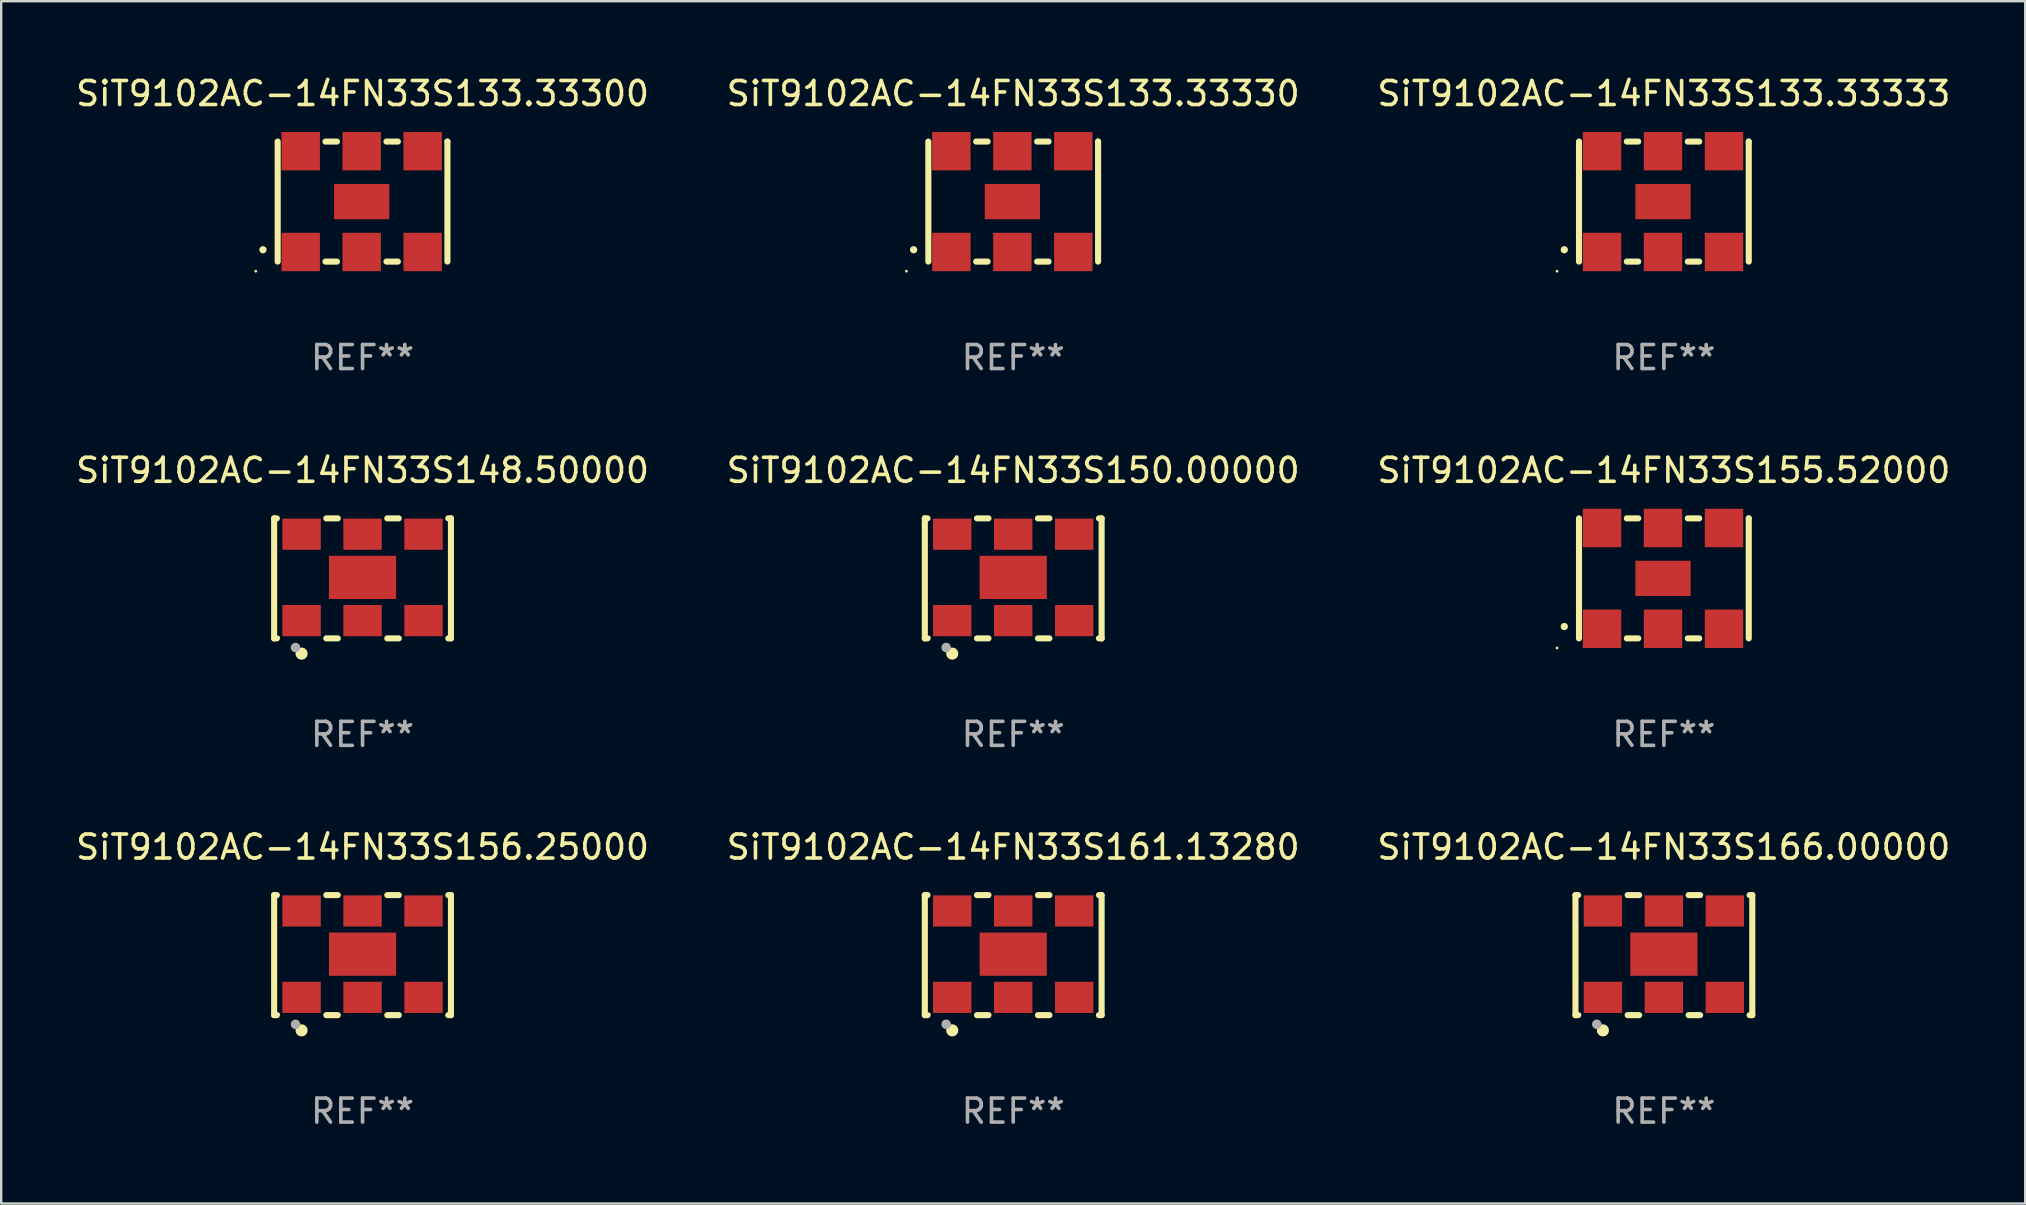
<source format=kicad_pcb>
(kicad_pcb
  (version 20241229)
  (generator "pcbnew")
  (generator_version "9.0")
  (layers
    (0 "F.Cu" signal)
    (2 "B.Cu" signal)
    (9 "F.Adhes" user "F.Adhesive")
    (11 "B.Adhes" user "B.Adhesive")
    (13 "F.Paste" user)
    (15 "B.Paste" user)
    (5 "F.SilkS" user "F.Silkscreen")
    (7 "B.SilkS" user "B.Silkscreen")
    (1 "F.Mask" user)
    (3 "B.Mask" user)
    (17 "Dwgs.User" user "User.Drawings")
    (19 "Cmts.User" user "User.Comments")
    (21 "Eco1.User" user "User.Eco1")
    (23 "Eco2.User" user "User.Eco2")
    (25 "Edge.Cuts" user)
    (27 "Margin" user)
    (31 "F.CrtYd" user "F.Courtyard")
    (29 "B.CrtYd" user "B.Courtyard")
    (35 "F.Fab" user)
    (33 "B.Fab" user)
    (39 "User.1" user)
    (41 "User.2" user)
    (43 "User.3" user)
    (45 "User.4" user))
  (footprint "SiT9102AC-14FN33S155.52000"
    (layer "F.Cu")
    (at 66.268 21.045)
    (property "Reference" "SiT9102AC-14FN33S155.52000" (at 0 -4.5 0) (layer "F.SilkS") (effects (font (size 1 1) (thickness 0.15))))
    (attr through_hole)
    (fp_line (start -3.536 -2.5) (end -3.536 2.5) (stroke (width 0.254) (type solid)) (layer "F.SilkS"))
    (fp_line (start -1.544 2.5) (end -1.067 2.5) (stroke (width 0.254) (type solid)) (layer "F.SilkS"))
    (fp_line (start -1.067 -2.5) (end -1.544 -2.5) (stroke (width 0.254) (type solid)) (layer "F.SilkS"))
    (fp_line (start 0.996 2.5) (end 1.473 2.5) (stroke (width 0.254) (type solid)) (layer "F.SilkS"))
    (fp_line (start 1.473 -2.5) (end 0.996 -2.5) (stroke (width 0.254) (type solid)) (layer "F.SilkS"))
    (fp_line (start 3.536 -2.5) (end 3.536 -2.5) (stroke (width 0.254) (type solid)) (layer "F.SilkS"))
    (fp_line (start 3.536 2.5) (end 3.536 -2.5) (stroke (width 0.254) (type solid)) (layer "F.SilkS"))
    (fp_arc (start -4.150432 2.006604) (mid -4.149162 2.006599) (end -4.147892 2.006604) (stroke (width 0.3) (type solid)) (layer "F.SilkS"))
    (fp_circle (center -4.449 2.9) (end -4.419 2.9) (stroke (width 0.06) (type solid)) (fill no) (layer "F.SilkS"))
    (fp_text user "REF**" (at 0 6.5 0) (layer "F.Fab") (effects (font (size 1 1) (thickness 0.15))))
    (pad "1" smd rect (at -2.576 2.1) (size 1.6 1.6) (layers "F.Cu" "F.Mask" "F.Paste"))
    (pad "2" smd rect (at -0.036 2.1) (size 1.6 1.6) (layers "F.Cu" "F.Mask" "F.Paste"))
    (pad "3" smd rect (at 2.504 2.1) (size 1.6 1.6) (layers "F.Cu" "F.Mask" "F.Paste"))
    (pad "4" smd rect (at 2.504 -2.1) (size 1.6 1.6) (layers "F.Cu" "F.Mask" "F.Paste"))
    (pad "5" smd rect (at -0.036 -2.1) (size 1.6 1.6) (layers "F.Cu" "F.Mask" "F.Paste"))
    (pad "6" smd rect (at -2.576 -2.1) (size 1.6 1.6) (layers "F.Cu" "F.Mask" "F.Paste"))
    (pad "7" smd rect (at -0.036 0) (size 2.3 1.47) (layers "F.Cu" "F.Mask" "F.Paste")))
  (footprint "SiT9102AC-14FN33S156.25000"
    (layer "F.Cu")
    (at 12.054 36.741)
    (property "Reference" "SiT9102AC-14FN33S156.25000" (at 0 -4.5 0) (layer "F.SilkS") (effects (font (size 1 1) (thickness 0.15))))
    (attr through_hole)
    (fp_line (start -3.683 -2.5) (end -3.571 -2.5) (stroke (width 0.254) (type solid)) (layer "F.SilkS"))
    (fp_line (start -3.683 2.5) (end -3.683 -2.5) (stroke (width 0.254) (type solid)) (layer "F.SilkS"))
    (fp_line (start -3.683 2.5) (end -3.571 2.5) (stroke (width 0.254) (type solid)) (layer "F.SilkS"))
    (fp_line (start -1.509 -2.5) (end -1.031 -2.5) (stroke (width 0.254) (type solid)) (layer "F.SilkS"))
    (fp_line (start -1.509 2.5) (end -1.031 2.5) (stroke (width 0.254) (type solid)) (layer "F.SilkS"))
    (fp_line (start 1.031 -2.5) (end 1.509 -2.5) (stroke (width 0.254) (type solid)) (layer "F.SilkS"))
    (fp_line (start 1.031 2.5) (end 1.509 2.5) (stroke (width 0.254) (type solid)) (layer "F.SilkS"))
    (fp_line (start 3.571 -2.5) (end 3.683 -2.5) (stroke (width 0.254) (type solid)) (layer "F.SilkS"))
    (fp_line (start 3.571 2.5) (end 3.683 2.5) (stroke (width 0.254) (type solid)) (layer "F.SilkS"))
    (fp_line (start 3.683 2.5) (end 3.683 -2.5) (stroke (width 0.254) (type solid)) (layer "F.SilkS"))
    (fp_circle (center -3.5 2.46) (end -3.47 2.46) (stroke (width 0.06) (type solid)) (fill no) (layer "F.SilkS"))
    (fp_circle (center -2.54 3.135) (end -2.413 3.135) (stroke (width 0.254) (type solid)) (fill no) (layer "F.SilkS"))
    (fp_circle (center -2.794 2.881) (end -2.694 2.881) (stroke (width 0.2) (type solid)) (fill no) (layer "F.Fab"))
    (fp_text user "REF**" (at 0 6.5 0) (layer "F.Fab") (effects (font (size 1 1) (thickness 0.15))))
    (pad "1" smd rect (at -2.54 1.76) (size 1.6 1.3) (layers "F.Cu" "F.Mask" "F.Paste"))
    (pad "2" smd rect (at 0 1.76) (size 1.6 1.3) (layers "F.Cu" "F.Mask" "F.Paste"))
    (pad "3" smd rect (at 2.54 1.76) (size 1.6 1.3) (layers "F.Cu" "F.Mask" "F.Paste"))
    (pad "4" smd rect (at 2.54 -1.84) (size 1.6 1.3) (layers "F.Cu" "F.Mask" "F.Paste"))
    (pad "5" smd rect (at 0 -1.84) (size 1.6 1.3) (layers "F.Cu" "F.Mask" "F.Paste"))
    (pad "6" smd rect (at -2.54 -1.84) (size 1.6 1.3) (layers "F.Cu" "F.Mask" "F.Paste"))
    (pad "7" smd rect (at 0 -0.04) (size 2.8 1.8) (layers "F.Cu" "F.Mask" "F.Paste")))
  (footprint "SiT9102AC-14FN33S148.50000"
    (layer "F.Cu")
    (at 12.054 21.045)
    (property "Reference" "SiT9102AC-14FN33S148.50000" (at 0 -4.5 0) (layer "F.SilkS") (effects (font (size 1 1) (thickness 0.15))))
    (attr through_hole)
    (fp_line (start -3.683 -2.5) (end -3.571 -2.5) (stroke (width 0.254) (type solid)) (layer "F.SilkS"))
    (fp_line (start -3.683 2.5) (end -3.683 -2.5) (stroke (width 0.254) (type solid)) (layer "F.SilkS"))
    (fp_line (start -3.683 2.5) (end -3.571 2.5) (stroke (width 0.254) (type solid)) (layer "F.SilkS"))
    (fp_line (start -1.509 -2.5) (end -1.031 -2.5) (stroke (width 0.254) (type solid)) (layer "F.SilkS"))
    (fp_line (start -1.509 2.5) (end -1.031 2.5) (stroke (width 0.254) (type solid)) (layer "F.SilkS"))
    (fp_line (start 1.031 -2.5) (end 1.509 -2.5) (stroke (width 0.254) (type solid)) (layer "F.SilkS"))
    (fp_line (start 1.031 2.5) (end 1.509 2.5) (stroke (width 0.254) (type solid)) (layer "F.SilkS"))
    (fp_line (start 3.571 -2.5) (end 3.683 -2.5) (stroke (width 0.254) (type solid)) (layer "F.SilkS"))
    (fp_line (start 3.571 2.5) (end 3.683 2.5) (stroke (width 0.254) (type solid)) (layer "F.SilkS"))
    (fp_line (start 3.683 2.5) (end 3.683 -2.5) (stroke (width 0.254) (type solid)) (layer "F.SilkS"))
    (fp_circle (center -3.5 2.46) (end -3.47 2.46) (stroke (width 0.06) (type solid)) (fill no) (layer "F.SilkS"))
    (fp_circle (center -2.54 3.135) (end -2.413 3.135) (stroke (width 0.254) (type solid)) (fill no) (layer "F.SilkS"))
    (fp_circle (center -2.794 2.881) (end -2.694 2.881) (stroke (width 0.2) (type solid)) (fill no) (layer "F.Fab"))
    (fp_text user "REF**" (at 0 6.5 0) (layer "F.Fab") (effects (font (size 1 1) (thickness 0.15))))
    (pad "1" smd rect (at -2.54 1.76) (size 1.6 1.3) (layers "F.Cu" "F.Mask" "F.Paste"))
    (pad "2" smd rect (at 0 1.76) (size 1.6 1.3) (layers "F.Cu" "F.Mask" "F.Paste"))
    (pad "3" smd rect (at 2.54 1.76) (size 1.6 1.3) (layers "F.Cu" "F.Mask" "F.Paste"))
    (pad "4" smd rect (at 2.54 -1.84) (size 1.6 1.3) (layers "F.Cu" "F.Mask" "F.Paste"))
    (pad "5" smd rect (at 0 -1.84) (size 1.6 1.3) (layers "F.Cu" "F.Mask" "F.Paste"))
    (pad "6" smd rect (at -2.54 -1.84) (size 1.6 1.3) (layers "F.Cu" "F.Mask" "F.Paste"))
    (pad "7" smd rect (at 0 -0.04) (size 2.8 1.8) (layers "F.Cu" "F.Mask" "F.Paste")))
  (footprint "SiT9102AC-14FN33S133.33333"
    (layer "F.Cu")
    (at 66.268 5.348)
    (property "Reference" "SiT9102AC-14FN33S133.33333" (at 0 -4.5 0) (layer "F.SilkS") (effects (font (size 1 1) (thickness 0.15))))
    (attr through_hole)
    (fp_line (start -3.536 -2.5) (end -3.536 2.5) (stroke (width 0.254) (type solid)) (layer "F.SilkS"))
    (fp_line (start -1.544 2.5) (end -1.067 2.5) (stroke (width 0.254) (type solid)) (layer "F.SilkS"))
    (fp_line (start -1.067 -2.5) (end -1.544 -2.5) (stroke (width 0.254) (type solid)) (layer "F.SilkS"))
    (fp_line (start 0.996 2.5) (end 1.473 2.5) (stroke (width 0.254) (type solid)) (layer "F.SilkS"))
    (fp_line (start 1.473 -2.5) (end 0.996 -2.5) (stroke (width 0.254) (type solid)) (layer "F.SilkS"))
    (fp_line (start 3.536 -2.5) (end 3.536 -2.5) (stroke (width 0.254) (type solid)) (layer "F.SilkS"))
    (fp_line (start 3.536 2.5) (end 3.536 -2.5) (stroke (width 0.254) (type solid)) (layer "F.SilkS"))
    (fp_arc (start -4.150432 2.006604) (mid -4.149162 2.006599) (end -4.147892 2.006604) (stroke (width 0.3) (type solid)) (layer "F.SilkS"))
    (fp_circle (center -4.449 2.9) (end -4.419 2.9) (stroke (width 0.06) (type solid)) (fill no) (layer "F.SilkS"))
    (fp_text user "REF**" (at 0 6.5 0) (layer "F.Fab") (effects (font (size 1 1) (thickness 0.15))))
    (pad "1" smd rect (at -2.576 2.1) (size 1.6 1.6) (layers "F.Cu" "F.Mask" "F.Paste"))
    (pad "2" smd rect (at -0.036 2.1) (size 1.6 1.6) (layers "F.Cu" "F.Mask" "F.Paste"))
    (pad "3" smd rect (at 2.504 2.1) (size 1.6 1.6) (layers "F.Cu" "F.Mask" "F.Paste"))
    (pad "4" smd rect (at 2.504 -2.1) (size 1.6 1.6) (layers "F.Cu" "F.Mask" "F.Paste"))
    (pad "5" smd rect (at -0.036 -2.1) (size 1.6 1.6) (layers "F.Cu" "F.Mask" "F.Paste"))
    (pad "6" smd rect (at -2.576 -2.1) (size 1.6 1.6) (layers "F.Cu" "F.Mask" "F.Paste"))
    (pad "7" smd rect (at -0.036 0) (size 2.3 1.47) (layers "F.Cu" "F.Mask" "F.Paste")))
  (footprint "SiT9102AC-14FN33S133.33300"
    (layer "F.Cu")
    (at 12.054 5.348)
    (property "Reference" "SiT9102AC-14FN33S133.33300" (at 0 -4.5 0) (layer "F.SilkS") (effects (font (size 1 1) (thickness 0.15))))
    (attr through_hole)
    (fp_line (start -3.536 -2.5) (end -3.536 2.5) (stroke (width 0.254) (type solid)) (layer "F.SilkS"))
    (fp_line (start -1.544 2.5) (end -1.067 2.5) (stroke (width 0.254) (type solid)) (layer "F.SilkS"))
    (fp_line (start -1.067 -2.5) (end -1.544 -2.5) (stroke (width 0.254) (type solid)) (layer "F.SilkS"))
    (fp_line (start 0.996 2.5) (end 1.473 2.5) (stroke (width 0.254) (type solid)) (layer "F.SilkS"))
    (fp_line (start 1.473 -2.5) (end 0.996 -2.5) (stroke (width 0.254) (type solid)) (layer "F.SilkS"))
    (fp_line (start 3.536 -2.5) (end 3.536 -2.5) (stroke (width 0.254) (type solid)) (layer "F.SilkS"))
    (fp_line (start 3.536 2.5) (end 3.536 -2.5) (stroke (width 0.254) (type solid)) (layer "F.SilkS"))
    (fp_arc (start -4.150432 2.006604) (mid -4.149162 2.006599) (end -4.147892 2.006604) (stroke (width 0.3) (type solid)) (layer "F.SilkS"))
    (fp_circle (center -4.449 2.9) (end -4.419 2.9) (stroke (width 0.06) (type solid)) (fill no) (layer "F.SilkS"))
    (fp_text user "REF**" (at 0 6.5 0) (layer "F.Fab") (effects (font (size 1 1) (thickness 0.15))))
    (pad "1" smd rect (at -2.576 2.1) (size 1.6 1.6) (layers "F.Cu" "F.Mask" "F.Paste"))
    (pad "2" smd rect (at -0.036 2.1) (size 1.6 1.6) (layers "F.Cu" "F.Mask" "F.Paste"))
    (pad "3" smd rect (at 2.504 2.1) (size 1.6 1.6) (layers "F.Cu" "F.Mask" "F.Paste"))
    (pad "4" smd rect (at 2.504 -2.1) (size 1.6 1.6) (layers "F.Cu" "F.Mask" "F.Paste"))
    (pad "5" smd rect (at -0.036 -2.1) (size 1.6 1.6) (layers "F.Cu" "F.Mask" "F.Paste"))
    (pad "6" smd rect (at -2.576 -2.1) (size 1.6 1.6) (layers "F.Cu" "F.Mask" "F.Paste"))
    (pad "7" smd rect (at -0.036 0) (size 2.3 1.47) (layers "F.Cu" "F.Mask" "F.Paste")))
  (footprint "SiT9102AC-14FN33S133.33330"
    (layer "F.Cu")
    (at 39.161 5.348)
    (property "Reference" "SiT9102AC-14FN33S133.33330" (at 0 -4.5 0) (layer "F.SilkS") (effects (font (size 1 1) (thickness 0.15))))
    (attr through_hole)
    (fp_line (start -3.536 -2.5) (end -3.536 2.5) (stroke (width 0.254) (type solid)) (layer "F.SilkS"))
    (fp_line (start -1.544 2.5) (end -1.067 2.5) (stroke (width 0.254) (type solid)) (layer "F.SilkS"))
    (fp_line (start -1.067 -2.5) (end -1.544 -2.5) (stroke (width 0.254) (type solid)) (layer "F.SilkS"))
    (fp_line (start 0.996 2.5) (end 1.473 2.5) (stroke (width 0.254) (type solid)) (layer "F.SilkS"))
    (fp_line (start 1.473 -2.5) (end 0.996 -2.5) (stroke (width 0.254) (type solid)) (layer "F.SilkS"))
    (fp_line (start 3.536 -2.5) (end 3.536 -2.5) (stroke (width 0.254) (type solid)) (layer "F.SilkS"))
    (fp_line (start 3.536 2.5) (end 3.536 -2.5) (stroke (width 0.254) (type solid)) (layer "F.SilkS"))
    (fp_arc (start -4.150432 2.006604) (mid -4.149162 2.006599) (end -4.147892 2.006604) (stroke (width 0.3) (type solid)) (layer "F.SilkS"))
    (fp_circle (center -4.449 2.9) (end -4.419 2.9) (stroke (width 0.06) (type solid)) (fill no) (layer "F.SilkS"))
    (fp_text user "REF**" (at 0 6.5 0) (layer "F.Fab") (effects (font (size 1 1) (thickness 0.15))))
    (pad "1" smd rect (at -2.576 2.1) (size 1.6 1.6) (layers "F.Cu" "F.Mask" "F.Paste"))
    (pad "2" smd rect (at -0.036 2.1) (size 1.6 1.6) (layers "F.Cu" "F.Mask" "F.Paste"))
    (pad "3" smd rect (at 2.504 2.1) (size 1.6 1.6) (layers "F.Cu" "F.Mask" "F.Paste"))
    (pad "4" smd rect (at 2.504 -2.1) (size 1.6 1.6) (layers "F.Cu" "F.Mask" "F.Paste"))
    (pad "5" smd rect (at -0.036 -2.1) (size 1.6 1.6) (layers "F.Cu" "F.Mask" "F.Paste"))
    (pad "6" smd rect (at -2.576 -2.1) (size 1.6 1.6) (layers "F.Cu" "F.Mask" "F.Paste"))
    (pad "7" smd rect (at -0.036 0) (size 2.3 1.47) (layers "F.Cu" "F.Mask" "F.Paste")))
  (footprint "SiT9102AC-14FN33S166.00000"
    (layer "F.Cu")
    (at 66.268 36.741)
    (property "Reference" "SiT9102AC-14FN33S166.00000" (at 0 -4.5 0) (layer "F.SilkS") (effects (font (size 1 1) (thickness 0.15))))
    (attr through_hole)
    (fp_line (start -3.683 -2.5) (end -3.571 -2.5) (stroke (width 0.254) (type solid)) (layer "F.SilkS"))
    (fp_line (start -3.683 2.5) (end -3.683 -2.5) (stroke (width 0.254) (type solid)) (layer "F.SilkS"))
    (fp_line (start -3.683 2.5) (end -3.571 2.5) (stroke (width 0.254) (type solid)) (layer "F.SilkS"))
    (fp_line (start -1.509 -2.5) (end -1.031 -2.5) (stroke (width 0.254) (type solid)) (layer "F.SilkS"))
    (fp_line (start -1.509 2.5) (end -1.031 2.5) (stroke (width 0.254) (type solid)) (layer "F.SilkS"))
    (fp_line (start 1.031 -2.5) (end 1.509 -2.5) (stroke (width 0.254) (type solid)) (layer "F.SilkS"))
    (fp_line (start 1.031 2.5) (end 1.509 2.5) (stroke (width 0.254) (type solid)) (layer "F.SilkS"))
    (fp_line (start 3.571 -2.5) (end 3.683 -2.5) (stroke (width 0.254) (type solid)) (layer "F.SilkS"))
    (fp_line (start 3.571 2.5) (end 3.683 2.5) (stroke (width 0.254) (type solid)) (layer "F.SilkS"))
    (fp_line (start 3.683 2.5) (end 3.683 -2.5) (stroke (width 0.254) (type solid)) (layer "F.SilkS"))
    (fp_circle (center -3.5 2.46) (end -3.47 2.46) (stroke (width 0.06) (type solid)) (fill no) (layer "F.SilkS"))
    (fp_circle (center -2.54 3.135) (end -2.413 3.135) (stroke (width 0.254) (type solid)) (fill no) (layer "F.SilkS"))
    (fp_circle (center -2.794 2.881) (end -2.694 2.881) (stroke (width 0.2) (type solid)) (fill no) (layer "F.Fab"))
    (fp_text user "REF**" (at 0 6.5 0) (layer "F.Fab") (effects (font (size 1 1) (thickness 0.15))))
    (pad "1" smd rect (at -2.54 1.76) (size 1.6 1.3) (layers "F.Cu" "F.Mask" "F.Paste"))
    (pad "2" smd rect (at 0 1.76) (size 1.6 1.3) (layers "F.Cu" "F.Mask" "F.Paste"))
    (pad "3" smd rect (at 2.54 1.76) (size 1.6 1.3) (layers "F.Cu" "F.Mask" "F.Paste"))
    (pad "4" smd rect (at 2.54 -1.84) (size 1.6 1.3) (layers "F.Cu" "F.Mask" "F.Paste"))
    (pad "5" smd rect (at 0 -1.84) (size 1.6 1.3) (layers "F.Cu" "F.Mask" "F.Paste"))
    (pad "6" smd rect (at -2.54 -1.84) (size 1.6 1.3) (layers "F.Cu" "F.Mask" "F.Paste"))
    (pad "7" smd rect (at 0 -0.04) (size 2.8 1.8) (layers "F.Cu" "F.Mask" "F.Paste")))
  (footprint "SiT9102AC-14FN33S150.00000"
    (layer "F.Cu")
    (at 39.161 21.045)
    (property "Reference" "SiT9102AC-14FN33S150.00000" (at 0 -4.5 0) (layer "F.SilkS") (effects (font (size 1 1) (thickness 0.15))))
    (attr through_hole)
    (fp_line (start -3.683 -2.5) (end -3.571 -2.5) (stroke (width 0.254) (type solid)) (layer "F.SilkS"))
    (fp_line (start -3.683 2.5) (end -3.683 -2.5) (stroke (width 0.254) (type solid)) (layer "F.SilkS"))
    (fp_line (start -3.683 2.5) (end -3.571 2.5) (stroke (width 0.254) (type solid)) (layer "F.SilkS"))
    (fp_line (start -1.509 -2.5) (end -1.031 -2.5) (stroke (width 0.254) (type solid)) (layer "F.SilkS"))
    (fp_line (start -1.509 2.5) (end -1.031 2.5) (stroke (width 0.254) (type solid)) (layer "F.SilkS"))
    (fp_line (start 1.031 -2.5) (end 1.509 -2.5) (stroke (width 0.254) (type solid)) (layer "F.SilkS"))
    (fp_line (start 1.031 2.5) (end 1.509 2.5) (stroke (width 0.254) (type solid)) (layer "F.SilkS"))
    (fp_line (start 3.571 -2.5) (end 3.683 -2.5) (stroke (width 0.254) (type solid)) (layer "F.SilkS"))
    (fp_line (start 3.571 2.5) (end 3.683 2.5) (stroke (width 0.254) (type solid)) (layer "F.SilkS"))
    (fp_line (start 3.683 2.5) (end 3.683 -2.5) (stroke (width 0.254) (type solid)) (layer "F.SilkS"))
    (fp_circle (center -3.5 2.46) (end -3.47 2.46) (stroke (width 0.06) (type solid)) (fill no) (layer "F.SilkS"))
    (fp_circle (center -2.54 3.135) (end -2.413 3.135) (stroke (width 0.254) (type solid)) (fill no) (layer "F.SilkS"))
    (fp_circle (center -2.794 2.881) (end -2.694 2.881) (stroke (width 0.2) (type solid)) (fill no) (layer "F.Fab"))
    (fp_text user "REF**" (at 0 6.5 0) (layer "F.Fab") (effects (font (size 1 1) (thickness 0.15))))
    (pad "1" smd rect (at -2.54 1.76) (size 1.6 1.3) (layers "F.Cu" "F.Mask" "F.Paste"))
    (pad "2" smd rect (at 0 1.76) (size 1.6 1.3) (layers "F.Cu" "F.Mask" "F.Paste"))
    (pad "3" smd rect (at 2.54 1.76) (size 1.6 1.3) (layers "F.Cu" "F.Mask" "F.Paste"))
    (pad "4" smd rect (at 2.54 -1.84) (size 1.6 1.3) (layers "F.Cu" "F.Mask" "F.Paste"))
    (pad "5" smd rect (at 0 -1.84) (size 1.6 1.3) (layers "F.Cu" "F.Mask" "F.Paste"))
    (pad "6" smd rect (at -2.54 -1.84) (size 1.6 1.3) (layers "F.Cu" "F.Mask" "F.Paste"))
    (pad "7" smd rect (at 0 -0.04) (size 2.8 1.8) (layers "F.Cu" "F.Mask" "F.Paste")))
  (footprint "SiT9102AC-14FN33S161.13280"
    (layer "F.Cu")
    (at 39.161 36.741)
    (property "Reference" "SiT9102AC-14FN33S161.13280" (at 0 -4.5 0) (layer "F.SilkS") (effects (font (size 1 1) (thickness 0.15))))
    (attr through_hole)
    (fp_line (start -3.683 -2.5) (end -3.571 -2.5) (stroke (width 0.254) (type solid)) (layer "F.SilkS"))
    (fp_line (start -3.683 2.5) (end -3.683 -2.5) (stroke (width 0.254) (type solid)) (layer "F.SilkS"))
    (fp_line (start -3.683 2.5) (end -3.571 2.5) (stroke (width 0.254) (type solid)) (layer "F.SilkS"))
    (fp_line (start -1.509 -2.5) (end -1.031 -2.5) (stroke (width 0.254) (type solid)) (layer "F.SilkS"))
    (fp_line (start -1.509 2.5) (end -1.031 2.5) (stroke (width 0.254) (type solid)) (layer "F.SilkS"))
    (fp_line (start 1.031 -2.5) (end 1.509 -2.5) (stroke (width 0.254) (type solid)) (layer "F.SilkS"))
    (fp_line (start 1.031 2.5) (end 1.509 2.5) (stroke (width 0.254) (type solid)) (layer "F.SilkS"))
    (fp_line (start 3.571 -2.5) (end 3.683 -2.5) (stroke (width 0.254) (type solid)) (layer "F.SilkS"))
    (fp_line (start 3.571 2.5) (end 3.683 2.5) (stroke (width 0.254) (type solid)) (layer "F.SilkS"))
    (fp_line (start 3.683 2.5) (end 3.683 -2.5) (stroke (width 0.254) (type solid)) (layer "F.SilkS"))
    (fp_circle (center -3.5 2.46) (end -3.47 2.46) (stroke (width 0.06) (type solid)) (fill no) (layer "F.SilkS"))
    (fp_circle (center -2.54 3.135) (end -2.413 3.135) (stroke (width 0.254) (type solid)) (fill no) (layer "F.SilkS"))
    (fp_circle (center -2.794 2.881) (end -2.694 2.881) (stroke (width 0.2) (type solid)) (fill no) (layer "F.Fab"))
    (fp_text user "REF**" (at 0 6.5 0) (layer "F.Fab") (effects (font (size 1 1) (thickness 0.15))))
    (pad "1" smd rect (at -2.54 1.76) (size 1.6 1.3) (layers "F.Cu" "F.Mask" "F.Paste"))
    (pad "2" smd rect (at 0 1.76) (size 1.6 1.3) (layers "F.Cu" "F.Mask" "F.Paste"))
    (pad "3" smd rect (at 2.54 1.76) (size 1.6 1.3) (layers "F.Cu" "F.Mask" "F.Paste"))
    (pad "4" smd rect (at 2.54 -1.84) (size 1.6 1.3) (layers "F.Cu" "F.Mask" "F.Paste"))
    (pad "5" smd rect (at 0 -1.84) (size 1.6 1.3) (layers "F.Cu" "F.Mask" "F.Paste"))
    (pad "6" smd rect (at -2.54 -1.84) (size 1.6 1.3) (layers "F.Cu" "F.Mask" "F.Paste"))
    (pad "7" smd rect (at 0 -0.04) (size 2.8 1.8) (layers "F.Cu" "F.Mask" "F.Paste")))
  (gr_rect
    (start -3 -3)
    (end 81.321 47.09)
    (stroke (width 0.1) (type default))
    (fill no)
    (layer "Edge.Cuts")))
</source>
